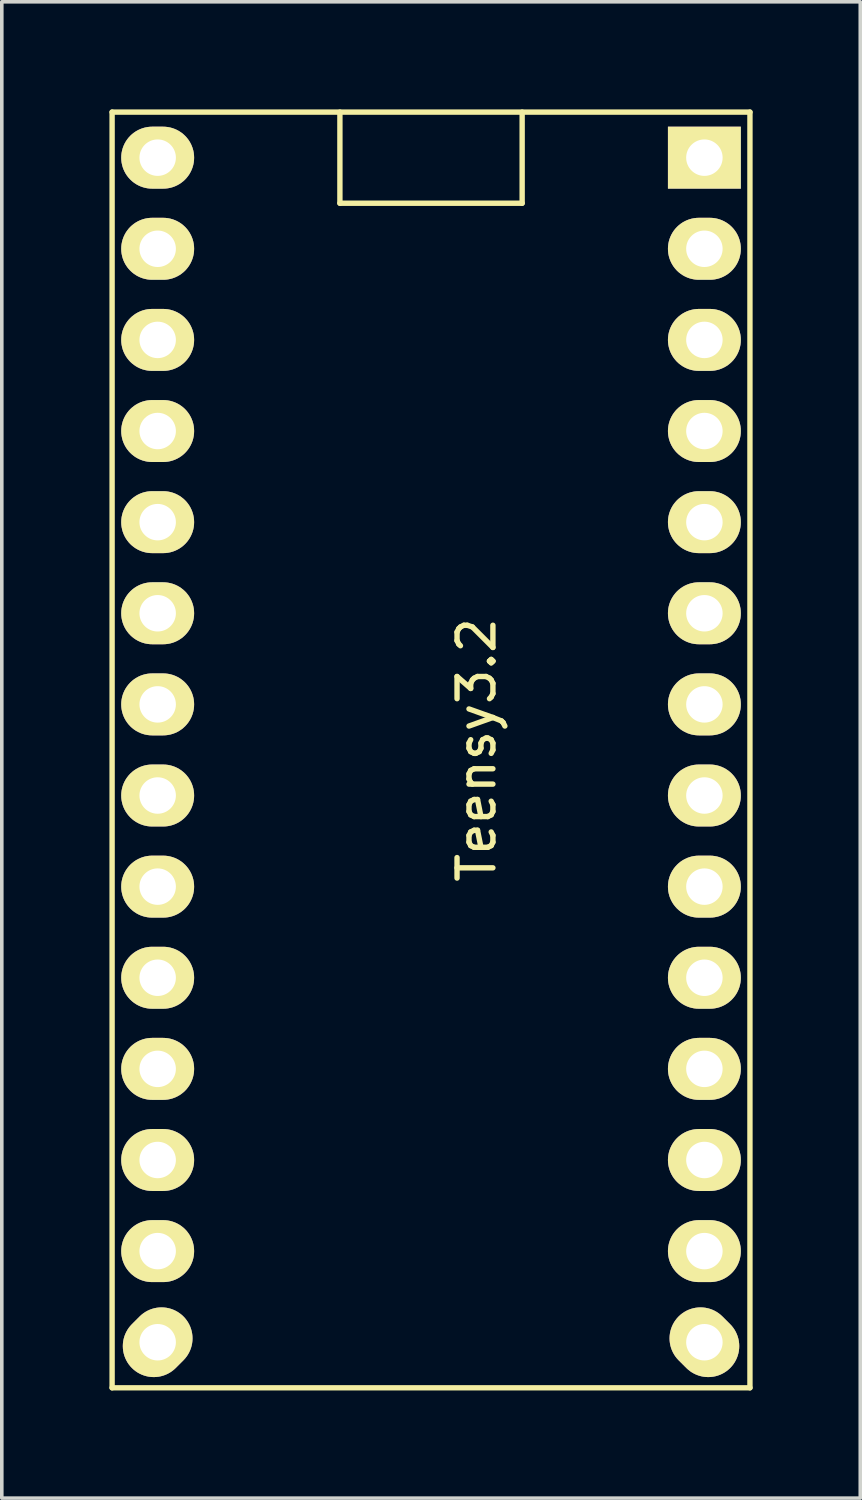
<source format=kicad_pcb>
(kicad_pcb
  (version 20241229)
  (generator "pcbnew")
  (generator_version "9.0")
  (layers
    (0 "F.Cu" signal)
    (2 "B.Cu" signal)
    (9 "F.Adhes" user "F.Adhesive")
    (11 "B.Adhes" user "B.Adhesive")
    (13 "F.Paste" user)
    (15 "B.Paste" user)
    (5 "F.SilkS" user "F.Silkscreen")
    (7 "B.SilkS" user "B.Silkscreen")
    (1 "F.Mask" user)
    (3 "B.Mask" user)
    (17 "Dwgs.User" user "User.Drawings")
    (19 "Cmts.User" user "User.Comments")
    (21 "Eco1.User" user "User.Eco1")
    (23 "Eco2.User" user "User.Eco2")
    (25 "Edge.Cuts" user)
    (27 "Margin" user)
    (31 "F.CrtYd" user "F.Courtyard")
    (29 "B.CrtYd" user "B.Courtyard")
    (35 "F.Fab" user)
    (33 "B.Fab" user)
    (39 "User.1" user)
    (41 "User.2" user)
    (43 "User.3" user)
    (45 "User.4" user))
  (footprint "Teensy3.2"
    (layer "F.Cu")
    (at 8.965 17.855)
    (property "Reference" "Teensy3.2" (at 1.27 0 90) (layer "F.SilkS") (effects (font (size 1 1) (thickness 0.15))))
    (attr through_hole)
    (fp_line (start -8.89 -17.78) (end -8.89 17.78) (stroke (width 0.15) (type solid)) (layer "F.SilkS"))
    (fp_line (start -8.89 -17.78) (end 8.89 -17.78) (stroke (width 0.15) (type solid)) (layer "F.SilkS"))
    (fp_line (start -8.89 17.78) (end 8.89 17.78) (stroke (width 0.15) (type solid)) (layer "F.SilkS"))
    (fp_line (start -2.54 -17.78) (end -2.54 -15.24) (stroke (width 0.15) (type solid)) (layer "F.SilkS"))
    (fp_line (start -2.54 -15.24) (end 2.54 -15.24) (stroke (width 0.15) (type solid)) (layer "F.SilkS"))
    (fp_line (start 2.54 -15.24) (end 2.54 -17.78) (stroke (width 0.15) (type solid)) (layer "F.SilkS"))
    (fp_line (start 8.89 17.78) (end 8.89 -17.78) (stroke (width 0.15) (type solid)) (layer "F.SilkS"))
    (pad "1" thru_hole rect (at 7.62 -16.51) (size 2.032 1.727) (drill 1.016) (layers "*.Cu" "*.Mask" "F.SilkS"))
    (pad "2" thru_hole oval (at 7.62 -13.97) (size 2.032 1.727) (drill 1.016) (layers "*.Cu" "*.Mask" "F.SilkS"))
    (pad "3" thru_hole oval (at 7.62 -11.43) (size 2.032 1.727) (drill 1.016) (layers "*.Cu" "*.Mask" "F.SilkS"))
    (pad "4" thru_hole oval (at 7.62 -8.89) (size 2.032 1.727) (drill 1.016) (layers "*.Cu" "*.Mask" "F.SilkS"))
    (pad "5" thru_hole oval (at 7.62 -6.35) (size 2.032 1.727) (drill 1.016) (layers "*.Cu" "*.Mask" "F.SilkS"))
    (pad "6" thru_hole oval (at 7.62 -3.81) (size 2.032 1.727) (drill 1.016) (layers "*.Cu" "*.Mask" "F.SilkS"))
    (pad "7" thru_hole oval (at 7.62 -1.27) (size 2.032 1.727) (drill 1.016) (layers "*.Cu" "*.Mask" "F.SilkS"))
    (pad "8" thru_hole oval (at 7.62 1.27) (size 2.032 1.727) (drill 1.016) (layers "*.Cu" "*.Mask" "F.SilkS"))
    (pad "9" thru_hole oval (at 7.62 3.81) (size 2.032 1.727) (drill 1.016) (layers "*.Cu" "*.Mask" "F.SilkS"))
    (pad "10" thru_hole oval (at 7.62 6.35) (size 2.032 1.727) (drill 1.016) (layers "*.Cu" "*.Mask" "F.SilkS"))
    (pad "11" thru_hole oval (at 7.62 8.89) (size 2.032 1.727) (drill 1.016) (layers "*.Cu" "*.Mask" "F.SilkS"))
    (pad "12" thru_hole oval (at 7.62 11.43) (size 2.032 1.727) (drill 1.016) (layers "*.Cu" "*.Mask" "F.SilkS"))
    (pad "13" thru_hole oval (at 7.62 13.97) (size 2.032 1.727) (drill 1.016) (layers "*.Cu" "*.Mask" "F.SilkS"))
    (pad "14" thru_hole oval (at 7.62 16.51 315) (size 2.032 1.727) (drill 1.016) (layers "*.Cu" "*.Mask" "F.SilkS"))
    (pad "15" thru_hole oval (at -7.62 16.51 45) (size 2.032 1.727) (drill 1.016) (layers "*.Cu" "*.Mask" "F.SilkS"))
    (pad "16" thru_hole oval (at -7.62 13.97) (size 2.032 1.727) (drill 1.016) (layers "*.Cu" "*.Mask" "F.SilkS"))
    (pad "17" thru_hole oval (at -7.62 11.43) (size 2.032 1.727) (drill 1.016) (layers "*.Cu" "*.Mask" "F.SilkS"))
    (pad "18" thru_hole oval (at -7.62 8.89) (size 2.032 1.727) (drill 1.016) (layers "*.Cu" "*.Mask" "F.SilkS"))
    (pad "19" thru_hole oval (at -7.62 6.35) (size 2.032 1.727) (drill 1.016) (layers "*.Cu" "*.Mask" "F.SilkS"))
    (pad "20" thru_hole oval (at -7.62 3.81) (size 2.032 1.727) (drill 1.016) (layers "*.Cu" "*.Mask" "F.SilkS"))
    (pad "21" thru_hole oval (at -7.62 1.27) (size 2.032 1.727) (drill 1.016) (layers "*.Cu" "*.Mask" "F.SilkS"))
    (pad "22" thru_hole oval (at -7.62 -1.27) (size 2.032 1.727) (drill 1.016) (layers "*.Cu" "*.Mask" "F.SilkS"))
    (pad "23" thru_hole oval (at -7.62 -3.81) (size 2.032 1.727) (drill 1.016) (layers "*.Cu" "*.Mask" "F.SilkS"))
    (pad "24" thru_hole oval (at -7.62 -6.35) (size 2.032 1.727) (drill 1.016) (layers "*.Cu" "*.Mask" "F.SilkS"))
    (pad "25" thru_hole oval (at -7.62 -8.89) (size 2.032 1.727) (drill 1.016) (layers "*.Cu" "*.Mask" "F.SilkS"))
    (pad "26" thru_hole oval (at -7.62 -11.43) (size 2.032 1.727) (drill 1.016) (layers "*.Cu" "*.Mask" "F.SilkS"))
    (pad "27" thru_hole oval (at -7.62 -13.97) (size 2.032 1.727) (drill 1.016) (layers "*.Cu" "*.Mask" "F.SilkS"))
    (pad "28" thru_hole oval (at -7.62 -16.51) (size 2.032 1.727) (drill 1.016) (layers "*.Cu" "*.Mask" "F.SilkS")))
  (gr_rect
    (start -3 -3)
    (end 20.93 38.71)
    (stroke (width 0.1) (type default))
    (fill no)
    (layer "Edge.Cuts")))
</source>
